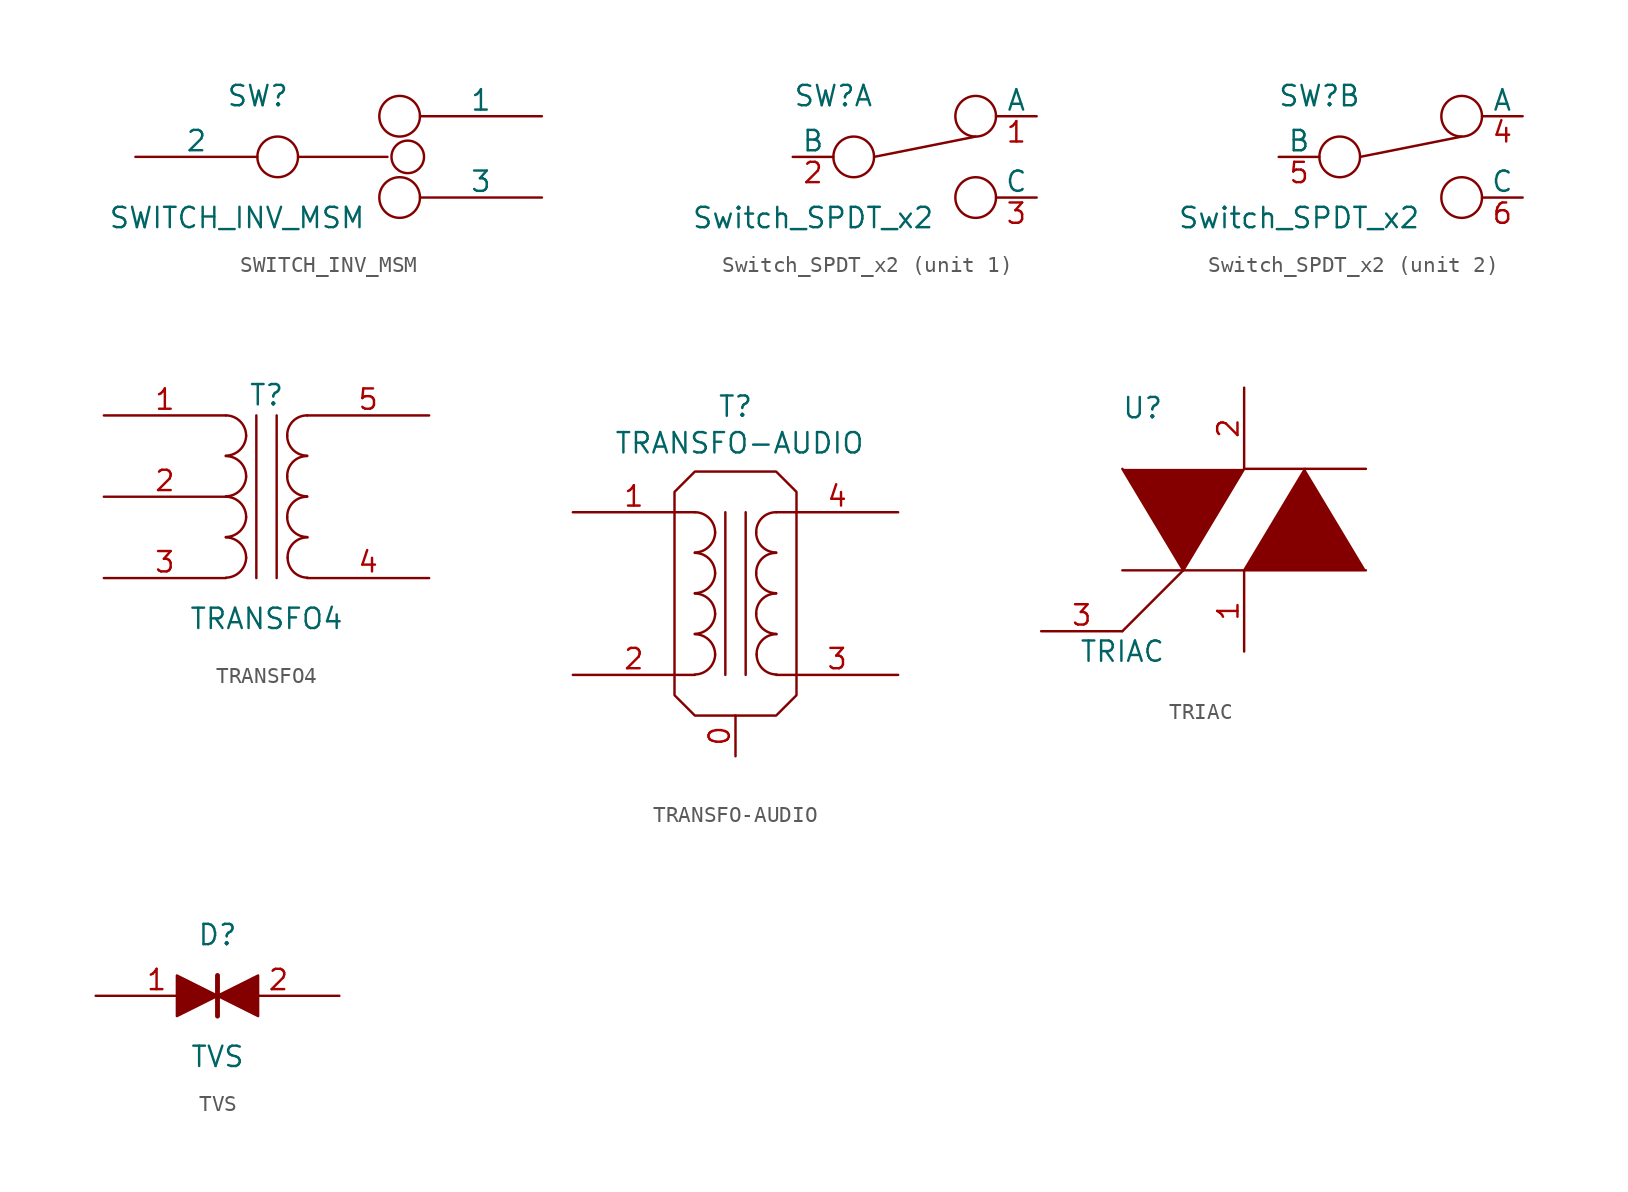
<source format=kicad_sym>
(kicad_symbol_lib
  (version 20211014)
  (generator kicad_symbol_editor)
  (symbol "SWITCH_INV_MSM"
    (pin_numbers hide)
    (pin_names
      (offset 0))
    (property "Reference" "SW"
      (at -5.055 3.81 0)
      (effects (font (size 1.27 1.27))))
    (property "Value" "SWITCH_INV_MSM"
      (at -6.35 -3.81 0)
      (effects (font (size 1.27 1.27))))
    (property "Footprint" ""
      (at 0 0 0)
      (effects (font (size 1.27 1.27))))
    (property "Datasheet" ""
      (at 0 0 0)
      (effects (font (size 1.27 1.27))))
    (symbol "SWITCH_INV_MSM_0_0"
      (circle (center -3.81 0) (radius 1.27) (stroke (width 0) (type default) (color 0 0 0 0)) (fill (type none)))
      (circle (center 3.81 -2.54) (radius 1.27) (stroke (width 0) (type default) (color 0 0 0 0)) (fill (type none))))
    (symbol "SWITCH_INV_MSM_0_1"
      (polyline (pts (xy -2.54 0) (xy 3.048 0) (xy 3.048 0) (xy 3.048 0) (xy 3.048 0)) (stroke (width 0) (type default) (color 0 0 0 0)) (fill (type none)))
      (circle (center 3.81 2.54) (radius 1.27) (stroke (width 0) (type default) (color 0 0 0 0)) (fill (type none)))
      (circle (center 4.318 0) (radius 1.016) (stroke (width 0) (type default) (color 0 0 0 0)) (fill (type none))))
    (symbol "SWITCH_INV_MSM_1_1"
      (pin passive line (at 12.7 2.54 180) (length 7.62) (name "1" (effects (font (size 1.27 1.27)))) (number "1" (effects (font (size 1.27 1.27)))))
      (pin passive line (at -12.7 0 0) (length 7.62) (name "2" (effects (font (size 1.27 1.27)))) (number "2" (effects (font (size 1.27 1.27)))))
      (pin passive line (at 12.7 -2.54 180) (length 7.62) (name "3" (effects (font (size 1.27 1.27)))) (number "3" (effects (font (size 1.27 1.27)))))))
  (symbol "Switch_SPDT_x2"
    (pin_names
      (offset 0))
    (property "Reference" "SW"
      (at -5.08 3.81 0)
      (effects (font (size 1.27 1.27))))
    (property "Value" "Switch_SPDT_x2"
      (at -6.35 -3.81 0)
      (effects (font (size 1.27 1.27))))
    (property "Footprint" ""
      (at 0 0 0)
      (effects (font (size 1.27 1.27))))
    (property "Datasheet" ""
      (at 0 0 0)
      (effects (font (size 1.27 1.27))))
    (symbol "Switch_SPDT_x2_0_0"
      (circle (center -3.81 0) (radius 1.27) (stroke (width 0) (type default) (color 0 0 0 0)) (fill (type none)))
      (circle (center 3.81 -2.54) (radius 1.27) (stroke (width 0) (type default) (color 0 0 0 0)) (fill (type none))))
    (symbol "Switch_SPDT_x2_0_1"
      (polyline (pts (xy -2.54 0) (xy 3.81 1.27)) (stroke (width 0) (type default) (color 0 0 0 0)) (fill (type none)))
      (circle (center 3.81 2.54) (radius 1.27) (stroke (width 0) (type default) (color 0 0 0 0)) (fill (type none))))
    (symbol "Switch_SPDT_x2_1_1"
      (pin passive line (at 7.62 2.54 180) (length 2.54) (name "A" (effects (font (size 1.27 1.27)))) (number "1" (effects (font (size 1.27 1.27)))))
      (pin passive line (at -7.62 0 0) (length 2.54) (name "B" (effects (font (size 1.27 1.27)))) (number "2" (effects (font (size 1.27 1.27)))))
      (pin passive line (at 7.62 -2.54 180) (length 2.54) (name "C" (effects (font (size 1.27 1.27)))) (number "3" (effects (font (size 1.27 1.27))))))
    (symbol "Switch_SPDT_x2_2_1"
      (pin passive line (at 7.62 2.54 180) (length 2.54) (name "A" (effects (font (size 1.27 1.27)))) (number "4" (effects (font (size 1.27 1.27)))))
      (pin passive line (at -7.62 0 0) (length 2.54) (name "B" (effects (font (size 1.27 1.27)))) (number "5" (effects (font (size 1.27 1.27)))))
      (pin passive line (at 7.62 -2.54 180) (length 2.54) (name "C" (effects (font (size 1.27 1.27)))) (number "6" (effects (font (size 1.27 1.27)))))))
  (symbol "TRANSFO4"
    (pin_names
      (offset 1.016) hide)
    (property "Reference" "T"
      (at 0 6.35 0)
      (effects (font (size 1.27 1.27))))
    (property "Value" "TRANSFO4"
      (at 0 -7.62 0)
      (effects (font (size 1.27 1.27))))
    (property "Footprint" ""
      (at 0 0 0)
      (effects (font (size 1.27 1.27))))
    (property "Datasheet" ""
      (at 0 0 0)
      (effects (font (size 1.27 1.27))))
    (symbol "TRANSFO4_0_1"
      (arc (start -2.54 -5.0546) (mid -1.6599 -4.6901) (end -1.27 -3.81) (stroke (width 0) (type default) (color 0 0 0 0)) (fill (type none)))
      (arc (start -2.54 -2.5146) (mid -1.6599 -2.1501) (end -1.27 -1.27) (stroke (width 0) (type default) (color 0 0 0 0)) (fill (type none)))
      (arc (start -2.54 0.0254) (mid -1.6599 0.3899) (end -1.27 1.27) (stroke (width 0) (type default) (color 0 0 0 0)) (fill (type none)))
      (arc (start -2.54 2.5654) (mid -1.6599 2.9299) (end -1.27 3.81) (stroke (width 0) (type default) (color 0 0 0 0)) (fill (type none)))
      (arc (start -1.27 -3.81) (mid -1.642 -2.912) (end -2.54 -2.54) (stroke (width 0) (type default) (color 0 0 0 0)) (fill (type none)))
      (arc (start -1.27 -1.27) (mid -1.642 -0.372) (end -2.54 0) (stroke (width 0) (type default) (color 0 0 0 0)) (fill (type none)))
      (arc (start -1.27 1.27) (mid -1.642 2.168) (end -2.54 2.54) (stroke (width 0) (type default) (color 0 0 0 0)) (fill (type none)))
      (arc (start -1.27 3.81) (mid -1.642 4.708) (end -2.54 5.08) (stroke (width 0) (type default) (color 0 0 0 0)) (fill (type none)))
      (polyline (pts (xy -0.635 5.08) (xy -0.635 -5.08)) (stroke (width 0) (type default) (color 0 0 0 0)) (fill (type none)))
      (polyline (pts (xy 0.635 -5.08) (xy 0.635 5.08)) (stroke (width 0) (type default) (color 0 0 0 0)) (fill (type none)))
      (arc (start 1.2954 -1.27) (mid 1.6599 -2.1501) (end 2.54 -2.5146) (stroke (width 0) (type default) (color 0 0 0 0)) (fill (type none)))
      (arc (start 1.2954 1.27) (mid 1.6599 0.3899) (end 2.54 0.0254) (stroke (width 0) (type default) (color 0 0 0 0)) (fill (type none)))
      (arc (start 1.2954 3.81) (mid 1.6599 2.9299) (end 2.54 2.5654) (stroke (width 0) (type default) (color 0 0 0 0)) (fill (type none)))
      (arc (start 1.3208 -3.81) (mid 1.6853 -4.6901) (end 2.5654 -5.0546) (stroke (width 0) (type default) (color 0 0 0 0)) (fill (type none)))
      (arc (start 2.54 0) (mid 1.642 -0.372) (end 1.2954 -1.27) (stroke (width 0) (type default) (color 0 0 0 0)) (fill (type none)))
      (arc (start 2.54 2.54) (mid 1.642 2.168) (end 1.2954 1.27) (stroke (width 0) (type default) (color 0 0 0 0)) (fill (type none)))
      (arc (start 2.54 5.08) (mid 1.642 4.708) (end 1.2954 3.81) (stroke (width 0) (type default) (color 0 0 0 0)) (fill (type none)))
      (arc (start 2.5654 -2.54) (mid 1.6674 -2.912) (end 1.3208 -3.81) (stroke (width 0) (type default) (color 0 0 0 0)) (fill (type none))))
    (symbol "TRANSFO4_1_1"
      (pin passive line (at -10.16 5.08 0) (length 7.62) (name "PR1" (effects (font (size 1.27 1.27)))) (number "1" (effects (font (size 1.27 1.27)))))
      (pin passive line (at -10.16 0 0) (length 7.62) (name "PM" (effects (font (size 1.27 1.27)))) (number "2" (effects (font (size 1.27 1.27)))))
      (pin passive line (at -10.16 -5.08 0) (length 7.62) (name "PR2" (effects (font (size 1.27 1.27)))) (number "3" (effects (font (size 1.27 1.27)))))
      (pin passive line (at 10.16 -5.08 180) (length 7.62) (name "S1" (effects (font (size 1.27 1.27)))) (number "4" (effects (font (size 1.27 1.27)))))
      (pin passive line (at 10.16 5.08 180) (length 7.62) (name "S2" (effects (font (size 1.27 1.27)))) (number "5" (effects (font (size 1.27 1.27)))))))
  (symbol "TRANSFO-AUDIO"
    (pin_names
      (offset 1.016) hide)
    (property "Reference" "T"
      (at 0 11.684 0)
      (effects (font (size 1.27 1.27))))
    (property "Value" "TRANSFO-AUDIO"
      (at 0.254 9.398 0)
      (effects (font (size 1.27 1.27))))
    (property "Footprint" ""
      (at 0 0 0)
      (effects (font (size 1.27 1.27))))
    (property "Datasheet" ""
      (at 0 0 0)
      (effects (font (size 1.27 1.27))))
    (symbol "TRANSFO-AUDIO_0_1"
      (arc (start -2.54 -5.0546) (mid -1.6599 -4.6901) (end -1.27 -3.81) (stroke (width 0) (type default) (color 0 0 0 0)) (fill (type none)))
      (arc (start -2.54 -2.5146) (mid -1.6599 -2.1501) (end -1.27 -1.27) (stroke (width 0) (type default) (color 0 0 0 0)) (fill (type none)))
      (arc (start -2.54 0.0254) (mid -1.6599 0.3899) (end -1.27 1.27) (stroke (width 0) (type default) (color 0 0 0 0)) (fill (type none)))
      (arc (start -2.54 2.5654) (mid -1.6599 2.9299) (end -1.27 3.81) (stroke (width 0) (type default) (color 0 0 0 0)) (fill (type none)))
      (arc (start -1.27 -3.81) (mid -1.642 -2.912) (end -2.54 -2.54) (stroke (width 0) (type default) (color 0 0 0 0)) (fill (type none)))
      (arc (start -1.27 -1.27) (mid -1.642 -0.372) (end -2.54 0) (stroke (width 0) (type default) (color 0 0 0 0)) (fill (type none)))
      (arc (start -1.27 1.27) (mid -1.642 2.168) (end -2.54 2.54) (stroke (width 0) (type default) (color 0 0 0 0)) (fill (type none)))
      (arc (start -1.27 3.81) (mid -1.642 4.708) (end -2.54 5.08) (stroke (width 0) (type default) (color 0 0 0 0)) (fill (type none)))
      (polyline (pts (xy -0.635 5.08) (xy -0.635 -5.08)) (stroke (width 0) (type default) (color 0 0 0 0)) (fill (type none)))
      (polyline (pts (xy 0.635 -5.08) (xy 0.635 5.08)) (stroke (width 0) (type default) (color 0 0 0 0)) (fill (type none)))
      (polyline (pts (xy -3.81 6.35) (xy -2.54 7.62) (xy 2.54 7.62) (xy 3.81 6.35) (xy 3.81 -6.35) (xy 2.54 -7.62) (xy -2.54 -7.62) (xy -3.81 -6.35) (xy -3.81 6.35)) (stroke (width 0) (type default) (color 0 0 0 0)) (fill (type none)))
      (arc (start 1.2954 -1.27) (mid 1.6599 -2.1501) (end 2.54 -2.5146) (stroke (width 0) (type default) (color 0 0 0 0)) (fill (type none)))
      (arc (start 1.2954 1.27) (mid 1.6599 0.3899) (end 2.54 0.0254) (stroke (width 0) (type default) (color 0 0 0 0)) (fill (type none)))
      (arc (start 1.2954 3.81) (mid 1.6599 2.9299) (end 2.54 2.5654) (stroke (width 0) (type default) (color 0 0 0 0)) (fill (type none)))
      (arc (start 1.3208 -3.81) (mid 1.6853 -4.6901) (end 2.5654 -5.0546) (stroke (width 0) (type default) (color 0 0 0 0)) (fill (type none)))
      (arc (start 2.54 0) (mid 1.642 -0.372) (end 1.2954 -1.27) (stroke (width 0) (type default) (color 0 0 0 0)) (fill (type none)))
      (arc (start 2.54 2.54) (mid 1.642 2.168) (end 1.2954 1.27) (stroke (width 0) (type default) (color 0 0 0 0)) (fill (type none)))
      (arc (start 2.54 5.08) (mid 1.642 4.708) (end 1.2954 3.81) (stroke (width 0) (type default) (color 0 0 0 0)) (fill (type none)))
      (arc (start 2.5654 -2.54) (mid 1.6674 -2.912) (end 1.3208 -3.81) (stroke (width 0) (type default) (color 0 0 0 0)) (fill (type none))))
    (symbol "TRANSFO-AUDIO_1_1"
      (pin input line (at 0 -10.16 90) (length 2.54) (name "~" (effects (font (size 1.27 1.27)))) (number "0" (effects (font (size 1.27 1.27)))))
      (pin passive line (at -10.16 5.08 0) (length 7.62) (name "AA" (effects (font (size 1.27 1.27)))) (number "1" (effects (font (size 1.27 1.27)))))
      (pin passive line (at -10.16 -5.08 0) (length 7.62) (name "AB" (effects (font (size 1.27 1.27)))) (number "2" (effects (font (size 1.27 1.27)))))
      (pin passive line (at 10.16 -5.08 180) (length 7.62) (name "SA" (effects (font (size 1.27 1.27)))) (number "3" (effects (font (size 1.27 1.27)))))
      (pin passive line (at 10.16 5.08 180) (length 7.62) (name "SB" (effects (font (size 1.27 1.27)))) (number "4" (effects (font (size 1.27 1.27)))))))
  (symbol "TRIAC"
    (pin_names
      (offset 0.254))
    (property "Reference" "U"
      (at -6.35 8.89 0)
      (effects (font (size 1.27 1.27))))
    (property "Value" "TRIAC"
      (at -7.62 -6.35 0)
      (effects (font (size 1.27 1.27))))
    (property "Footprint" ""
      (at 0 0 0)
      (effects (font (size 1.27 1.27))))
    (property "Datasheet" ""
      (at 0 0 0)
      (effects (font (size 1.27 1.27))))
    (symbol "TRIAC_0_1"
      (polyline (pts (xy -7.62 -1.27) (xy 0 -1.27)) (stroke (width 0) (type default) (color 0 0 0 0)) (fill (type none)))
      (polyline (pts (xy -3.81 -1.27) (xy -7.62 -5.08)) (stroke (width 0) (type default) (color 0 0 0 0)) (fill (type none)))
      (polyline (pts (xy 0 5.08) (xy 7.62 5.08)) (stroke (width 0) (type default) (color 0 0 0 0)) (fill (type none)))
      (polyline (pts (xy -7.62 5.08) (xy -3.81 -1.27) (xy 0 5.08)) (stroke (width 0) (type default) (color 0 0 0 0)) (fill (type outline)))
      (polyline (pts (xy 3.81 5.08) (xy 0 -1.27) (xy 7.62 -1.27)) (stroke (width 0) (type default) (color 0 0 0 0)) (fill (type outline))))
    (symbol "TRIAC_1_1"
      (pin passive line (at 0 -6.35 90) (length 5.08) (name "~" (effects (font (size 1.27 1.27)))) (number "1" (effects (font (size 1.27 1.27)))))
      (pin passive line (at 0 10.16 270) (length 5.08) (name "~" (effects (font (size 1.27 1.27)))) (number "2" (effects (font (size 1.27 1.27)))))
      (pin input line (at -12.7 -5.08 0) (length 5.08) (name "~" (effects (font (size 1.27 1.27)))) (number "3" (effects (font (size 1.27 1.27)))))))
  (symbol "TVS"
    (pin_names
      (offset 1.016))
    (property "Reference" "D"
      (at 0 3.81 0)
      (effects (font (size 1.27 1.27))))
    (property "Value" "TVS"
      (at 0 -3.81 0)
      (effects (font (size 1.27 1.27))))
    (property "Footprint" ""
      (at 0 0 0)
      (effects (font (size 1.27 1.27))))
    (property "Datasheet" ""
      (at 0 0 0)
      (effects (font (size 1.27 1.27))))
    (symbol "TVS_0_1"
      (polyline (pts (xy 0 1.27) (xy 0 -1.27)) (stroke (width 0.305) (type default) (color 0 0 0 0)) (fill (type none)))
      (polyline (pts (xy -2.54 1.27) (xy -2.54 -1.27) (xy 0 0) (xy -2.54 1.27)) (stroke (width 0) (type default) (color 0 0 0 0)) (fill (type outline)))
      (polyline (pts (xy 0 0) (xy 2.54 1.27) (xy 2.54 -1.27) (xy 0 0)) (stroke (width 0) (type default) (color 0 0 0 0)) (fill (type outline))))
    (symbol "TVS_1_1"
      (pin passive line (at -7.62 0 0) (length 7.62) (name "~" (effects (font (size 1.27 1.27)))) (number "1" (effects (font (size 1.27 1.27)))))
      (pin passive line (at 7.62 0 180) (length 7.62) (name "~" (effects (font (size 1.27 1.27)))) (number "2" (effects (font (size 1.27 1.27))))))))
</source>
